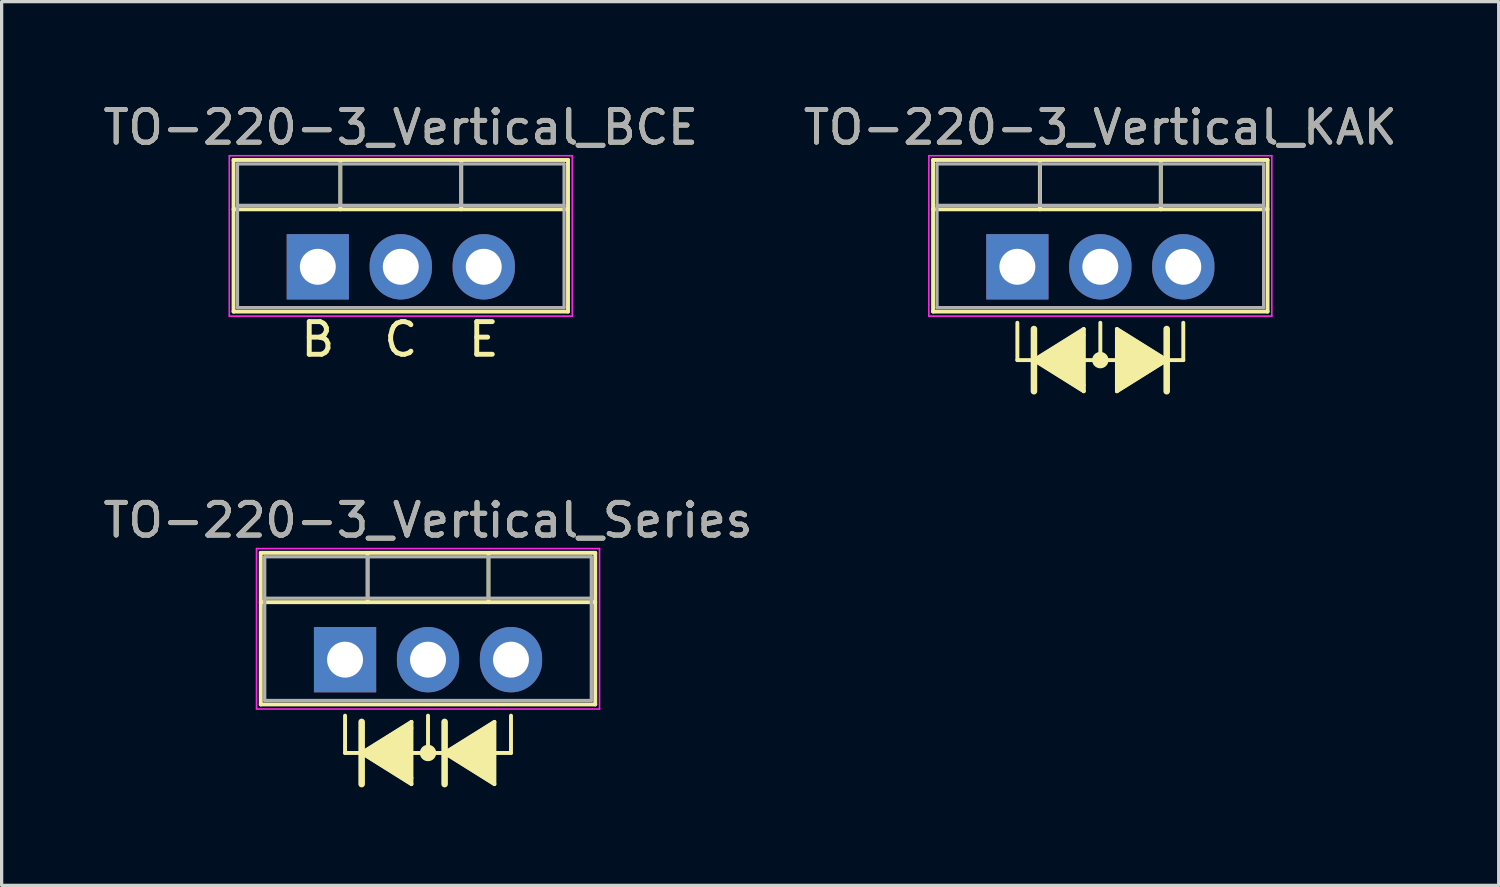
<source format=kicad_pcb>
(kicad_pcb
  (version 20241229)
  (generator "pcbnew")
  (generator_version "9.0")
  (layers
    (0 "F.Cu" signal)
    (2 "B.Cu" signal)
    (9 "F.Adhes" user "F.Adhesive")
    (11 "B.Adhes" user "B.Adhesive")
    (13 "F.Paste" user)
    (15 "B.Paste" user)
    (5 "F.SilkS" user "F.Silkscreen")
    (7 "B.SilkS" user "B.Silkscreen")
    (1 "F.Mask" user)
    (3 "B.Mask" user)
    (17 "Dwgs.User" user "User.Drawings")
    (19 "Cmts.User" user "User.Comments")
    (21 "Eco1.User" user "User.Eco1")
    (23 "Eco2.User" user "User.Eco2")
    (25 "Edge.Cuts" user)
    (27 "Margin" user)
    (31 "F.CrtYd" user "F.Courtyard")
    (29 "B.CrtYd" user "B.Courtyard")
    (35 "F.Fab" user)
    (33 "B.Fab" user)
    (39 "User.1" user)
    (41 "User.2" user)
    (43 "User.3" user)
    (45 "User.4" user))
  (footprint "TO-220-3_Vertical_Series"
    (layer "F.Cu")
    (at 7.514 17.146)
    (property "Reference" "TO-220-3_Vertical_Series" (at 2.54 -4.27 0) (layer "F.SilkS") (effects (font (size 1 1) (thickness 0.15))))
    (attr through_hole)
    (fp_line (start -2.58 -3.27) (end -2.58 1.371) (stroke (width 0.12) (type solid)) (layer "F.SilkS"))
    (fp_line (start -2.58 -3.27) (end 7.66 -3.27) (stroke (width 0.12) (type solid)) (layer "F.SilkS"))
    (fp_line (start -2.58 -1.76) (end 7.66 -1.76) (stroke (width 0.12) (type solid)) (layer "F.SilkS"))
    (fp_line (start -2.58 1.371) (end 7.66 1.371) (stroke (width 0.12) (type solid)) (layer "F.SilkS"))
    (fp_line (start 0 1.714) (end 0 2.857) (stroke (width 0.12) (type solid)) (layer "F.SilkS"))
    (fp_line (start 0 2.857) (end 0.508 2.857) (stroke (width 0.12) (type solid)) (layer "F.SilkS"))
    (fp_line (start 0.508 1.905) (end 0.508 3.81) (stroke (width 0.2) (type solid)) (layer "F.SilkS"))
    (fp_line (start 0.508 2.857) (end 2.032 1.905) (stroke (width 0.12) (type solid)) (layer "F.SilkS"))
    (fp_line (start 0.508 2.857) (end 2.032 3.81) (stroke (width 0.12) (type solid)) (layer "F.SilkS"))
    (fp_line (start 0.69 -3.27) (end 0.69 -1.76) (stroke (width 0.12) (type solid)) (layer "F.SilkS"))
    (fp_line (start 2.032 2.095) (end 2.032 1.905) (stroke (width 0.12) (type solid)) (layer "F.SilkS"))
    (fp_line (start 2.032 3.619) (end 2.032 2.095) (stroke (width 0.12) (type solid)) (layer "F.SilkS"))
    (fp_line (start 2.032 3.619) (end 2.032 3.81) (stroke (width 0.12) (type solid)) (layer "F.SilkS"))
    (fp_line (start 2.54 1.714) (end 2.54 2.857) (stroke (width 0.12) (type solid)) (layer "F.SilkS"))
    (fp_line (start 2.54 2.857) (end 2.032 2.857) (stroke (width 0.12) (type solid)) (layer "F.SilkS"))
    (fp_line (start 2.54 2.857) (end 3.048 2.857) (stroke (width 0.12) (type solid)) (layer "F.SilkS"))
    (fp_line (start 3.048 1.905) (end 3.048 3.81) (stroke (width 0.2) (type solid)) (layer "F.SilkS"))
    (fp_line (start 3.048 2.857) (end 4.572 3.81) (stroke (width 0.12) (type solid)) (layer "F.SilkS"))
    (fp_line (start 4.391 -3.27) (end 4.391 -1.76) (stroke (width 0.12) (type solid)) (layer "F.SilkS"))
    (fp_line (start 4.572 1.905) (end 3.048 2.857) (stroke (width 0.12) (type solid)) (layer "F.SilkS"))
    (fp_line (start 4.572 3.81) (end 4.572 1.905) (stroke (width 0.12) (type solid)) (layer "F.SilkS"))
    (fp_line (start 5.08 1.714) (end 5.08 2.857) (stroke (width 0.12) (type solid)) (layer "F.SilkS"))
    (fp_line (start 5.08 2.857) (end 4.572 2.857) (stroke (width 0.12) (type solid)) (layer "F.SilkS"))
    (fp_line (start 7.66 -3.27) (end 7.66 1.371) (stroke (width 0.12) (type solid)) (layer "F.SilkS"))
    (fp_circle (center 2.54 2.857) (end 2.54 2.921) (stroke (width 0.12) (type solid)) (fill no) (layer "F.SilkS"))
    (fp_circle (center 2.54 2.857) (end 2.54 2.985) (stroke (width 0.12) (type solid)) (fill no) (layer "F.SilkS"))
    (fp_circle (center 2.54 2.857) (end 2.54 3.048) (stroke (width 0.12) (type solid)) (fill no) (layer "F.SilkS"))
    (fp_poly (pts (xy 0.508 2.857) (xy 2.032 1.905) (xy 2.032 3.81)) (stroke (width 0.1) (type solid)) (fill yes) (layer "F.SilkS"))
    (fp_poly (pts (xy 4.572 3.81) (xy 3.048 2.857) (xy 4.572 1.905)) (stroke (width 0.1) (type solid)) (fill yes) (layer "F.SilkS"))
    (fp_line (start -2.71 -3.4) (end -2.71 1.51) (stroke (width 0.05) (type solid)) (layer "F.CrtYd"))
    (fp_line (start -2.71 1.51) (end 7.79 1.51) (stroke (width 0.05) (type solid)) (layer "F.CrtYd"))
    (fp_line (start 7.79 -3.4) (end -2.71 -3.4) (stroke (width 0.05) (type solid)) (layer "F.CrtYd"))
    (fp_line (start 7.79 1.51) (end 7.79 -3.4) (stroke (width 0.05) (type solid)) (layer "F.CrtYd"))
    (fp_line (start -2.46 -3.15) (end -2.46 1.25) (stroke (width 0.1) (type solid)) (layer "F.Fab"))
    (fp_line (start -2.46 -1.88) (end 7.54 -1.88) (stroke (width 0.1) (type solid)) (layer "F.Fab"))
    (fp_line (start -2.46 1.25) (end 7.54 1.25) (stroke (width 0.1) (type solid)) (layer "F.Fab"))
    (fp_line (start 0.69 -3.15) (end 0.69 -1.88) (stroke (width 0.1) (type solid)) (layer "F.Fab"))
    (fp_line (start 4.39 -3.15) (end 4.39 -1.88) (stroke (width 0.1) (type solid)) (layer "F.Fab"))
    (fp_line (start 7.54 -3.15) (end -2.46 -3.15) (stroke (width 0.1) (type solid)) (layer "F.Fab"))
    (fp_line (start 7.54 1.25) (end 7.54 -3.15) (stroke (width 0.1) (type solid)) (layer "F.Fab"))
    (fp_text user "${REFERENCE}" (at 2.54 -4.27 0) (layer "F.Fab") (effects (font (size 1 1) (thickness 0.15))))
    (pad "1" thru_hole rect (at 0 0) (size 1.905 2) (drill 1.1) (layers "*.Cu" "*.Mask"))
    (pad "2" thru_hole oval (at 2.54 0) (size 1.905 2) (drill 1.1) (layers "*.Cu" "*.Mask"))
    (pad "3" thru_hole oval (at 5.08 0) (size 1.905 2) (drill 1.1) (layers "*.Cu" "*.Mask")))
  (footprint "TO-220-3_Vertical_KAK"
    (layer "F.Cu")
    (at 28.097 5.118)
    (property "Reference" "TO-220-3_Vertical_KAK" (at 2.54 -4.27 0) (layer "F.SilkS") (effects (font (size 1 1) (thickness 0.15))))
    (attr through_hole)
    (fp_line (start -2.58 -3.27) (end -2.58 1.371) (stroke (width 0.12) (type solid)) (layer "F.SilkS"))
    (fp_line (start -2.58 -3.27) (end 7.66 -3.27) (stroke (width 0.12) (type solid)) (layer "F.SilkS"))
    (fp_line (start -2.58 -1.76) (end 7.66 -1.76) (stroke (width 0.12) (type solid)) (layer "F.SilkS"))
    (fp_line (start -2.58 1.371) (end 7.66 1.371) (stroke (width 0.12) (type solid)) (layer "F.SilkS"))
    (fp_line (start 0 1.714) (end 0 2.857) (stroke (width 0.12) (type solid)) (layer "F.SilkS"))
    (fp_line (start 0 2.857) (end 0.508 2.857) (stroke (width 0.12) (type solid)) (layer "F.SilkS"))
    (fp_line (start 0.508 1.905) (end 0.508 3.81) (stroke (width 0.2) (type solid)) (layer "F.SilkS"))
    (fp_line (start 0.508 2.857) (end 2.032 1.905) (stroke (width 0.12) (type solid)) (layer "F.SilkS"))
    (fp_line (start 0.508 2.857) (end 2.032 3.81) (stroke (width 0.12) (type solid)) (layer "F.SilkS"))
    (fp_line (start 0.69 -3.27) (end 0.69 -1.76) (stroke (width 0.12) (type solid)) (layer "F.SilkS"))
    (fp_line (start 2.032 2.095) (end 2.032 1.905) (stroke (width 0.12) (type solid)) (layer "F.SilkS"))
    (fp_line (start 2.032 3.619) (end 2.032 2.095) (stroke (width 0.12) (type solid)) (layer "F.SilkS"))
    (fp_line (start 2.032 3.619) (end 2.032 3.81) (stroke (width 0.12) (type solid)) (layer "F.SilkS"))
    (fp_line (start 2.54 1.714) (end 2.54 2.857) (stroke (width 0.12) (type solid)) (layer "F.SilkS"))
    (fp_line (start 2.54 2.857) (end 2.032 2.857) (stroke (width 0.12) (type solid)) (layer "F.SilkS"))
    (fp_line (start 2.54 2.857) (end 3.048 2.857) (stroke (width 0.12) (type solid)) (layer "F.SilkS"))
    (fp_line (start 3.048 1.905) (end 3.048 3.81) (stroke (width 0.12) (type solid)) (layer "F.SilkS"))
    (fp_line (start 3.048 3.81) (end 4.572 2.857) (stroke (width 0.12) (type solid)) (layer "F.SilkS"))
    (fp_line (start 4.391 -3.27) (end 4.391 -1.76) (stroke (width 0.12) (type solid)) (layer "F.SilkS"))
    (fp_line (start 4.572 2.857) (end 3.048 1.905) (stroke (width 0.12) (type solid)) (layer "F.SilkS"))
    (fp_line (start 4.572 3.81) (end 4.572 1.905) (stroke (width 0.2) (type solid)) (layer "F.SilkS"))
    (fp_line (start 5.08 1.714) (end 5.08 2.857) (stroke (width 0.12) (type solid)) (layer "F.SilkS"))
    (fp_line (start 5.08 2.857) (end 4.572 2.857) (stroke (width 0.12) (type solid)) (layer "F.SilkS"))
    (fp_line (start 7.66 -3.27) (end 7.66 1.371) (stroke (width 0.12) (type solid)) (layer "F.SilkS"))
    (fp_circle (center 2.54 2.857) (end 2.54 2.921) (stroke (width 0.12) (type solid)) (fill no) (layer "F.SilkS"))
    (fp_circle (center 2.54 2.857) (end 2.54 2.985) (stroke (width 0.12) (type solid)) (fill no) (layer "F.SilkS"))
    (fp_circle (center 2.54 2.857) (end 2.54 3.048) (stroke (width 0.12) (type solid)) (fill no) (layer "F.SilkS"))
    (fp_poly (pts (xy 0.508 2.857) (xy 2.032 1.905) (xy 2.032 3.81)) (stroke (width 0.1) (type solid)) (fill yes) (layer "F.SilkS"))
    (fp_poly (pts (xy 3.048 1.905) (xy 4.572 2.857) (xy 3.048 3.81)) (stroke (width 0.1) (type solid)) (fill yes) (layer "F.SilkS"))
    (fp_line (start -2.71 -3.4) (end -2.71 1.51) (stroke (width 0.05) (type solid)) (layer "F.CrtYd"))
    (fp_line (start -2.71 1.51) (end 7.79 1.51) (stroke (width 0.05) (type solid)) (layer "F.CrtYd"))
    (fp_line (start 7.79 -3.4) (end -2.71 -3.4) (stroke (width 0.05) (type solid)) (layer "F.CrtYd"))
    (fp_line (start 7.79 1.51) (end 7.79 -3.4) (stroke (width 0.05) (type solid)) (layer "F.CrtYd"))
    (fp_line (start -2.46 -3.15) (end -2.46 1.25) (stroke (width 0.1) (type solid)) (layer "F.Fab"))
    (fp_line (start -2.46 -1.88) (end 7.54 -1.88) (stroke (width 0.1) (type solid)) (layer "F.Fab"))
    (fp_line (start -2.46 1.25) (end 7.54 1.25) (stroke (width 0.1) (type solid)) (layer "F.Fab"))
    (fp_line (start 0.69 -3.15) (end 0.69 -1.88) (stroke (width 0.1) (type solid)) (layer "F.Fab"))
    (fp_line (start 4.39 -3.15) (end 4.39 -1.88) (stroke (width 0.1) (type solid)) (layer "F.Fab"))
    (fp_line (start 7.54 -3.15) (end -2.46 -3.15) (stroke (width 0.1) (type solid)) (layer "F.Fab"))
    (fp_line (start 7.54 1.25) (end 7.54 -3.15) (stroke (width 0.1) (type solid)) (layer "F.Fab"))
    (fp_text user "${REFERENCE}" (at 2.54 -4.27 0) (layer "F.Fab") (effects (font (size 1 1) (thickness 0.15))))
    (pad "1" thru_hole rect (at 0 0) (size 1.905 2) (drill 1.1) (layers "*.Cu" "*.Mask"))
    (pad "2" thru_hole oval (at 2.54 0) (size 1.905 2) (drill 1.1) (layers "*.Cu" "*.Mask"))
    (pad "3" thru_hole oval (at 5.08 0) (size 1.905 2) (drill 1.1) (layers "*.Cu" "*.Mask")))
  (footprint "TO-220-3_Vertical_BCE"
    (layer "F.Cu")
    (at 6.68 5.118)
    (property "Reference" "TO-220-3_Vertical_BCE" (at 2.54 -4.27 0) (layer "F.SilkS") (effects (font (size 1 1) (thickness 0.15))))
    (fp_line (start -2.58 -3.27) (end -2.58 1.371) (stroke (width 0.12) (type solid)) (layer "F.SilkS"))
    (fp_line (start -2.58 -3.27) (end 7.66 -3.27) (stroke (width 0.12) (type solid)) (layer "F.SilkS"))
    (fp_line (start -2.58 -1.76) (end 7.66 -1.76) (stroke (width 0.12) (type solid)) (layer "F.SilkS"))
    (fp_line (start -2.58 1.371) (end 7.66 1.371) (stroke (width 0.12) (type solid)) (layer "F.SilkS"))
    (fp_line (start 0.69 -3.27) (end 0.69 -1.76) (stroke (width 0.12) (type solid)) (layer "F.SilkS"))
    (fp_line (start 4.391 -3.27) (end 4.391 -1.76) (stroke (width 0.12) (type solid)) (layer "F.SilkS"))
    (fp_line (start 7.66 -3.27) (end 7.66 1.371) (stroke (width 0.12) (type solid)) (layer "F.SilkS"))
    (fp_line (start -2.71 -3.4) (end -2.71 1.51) (stroke (width 0.05) (type solid)) (layer "F.CrtYd"))
    (fp_line (start -2.71 1.51) (end 7.79 1.51) (stroke (width 0.05) (type solid)) (layer "F.CrtYd"))
    (fp_line (start 7.79 -3.4) (end -2.71 -3.4) (stroke (width 0.05) (type solid)) (layer "F.CrtYd"))
    (fp_line (start 7.79 1.51) (end 7.79 -3.4) (stroke (width 0.05) (type solid)) (layer "F.CrtYd"))
    (fp_line (start -2.46 -3.15) (end -2.46 1.25) (stroke (width 0.1) (type solid)) (layer "F.Fab"))
    (fp_line (start -2.46 -1.88) (end 7.54 -1.88) (stroke (width 0.1) (type solid)) (layer "F.Fab"))
    (fp_line (start -2.46 1.25) (end 7.54 1.25) (stroke (width 0.1) (type solid)) (layer "F.Fab"))
    (fp_line (start 0.69 -3.15) (end 0.69 -1.88) (stroke (width 0.1) (type solid)) (layer "F.Fab"))
    (fp_line (start 4.39 -3.15) (end 4.39 -1.88) (stroke (width 0.1) (type solid)) (layer "F.Fab"))
    (fp_line (start 7.54 -3.15) (end -2.46 -3.15) (stroke (width 0.1) (type solid)) (layer "F.Fab"))
    (fp_line (start 7.54 1.25) (end 7.54 -3.15) (stroke (width 0.1) (type solid)) (layer "F.Fab"))
    (fp_text user "C" (at 2.54 2.223 0) (unlocked yes) (layer "F.SilkS") (effects (font (size 1 1) (thickness 0.15))))
    (fp_text user "E" (at 5.08 2.223 0) (unlocked yes) (layer "F.SilkS") (effects (font (size 1 1) (thickness 0.15))))
    (fp_text user "B" (at 0 2.223 0) (unlocked yes) (layer "F.SilkS") (effects (font (size 1 1) (thickness 0.15))))
    (fp_text user "${REFERENCE}" (at 2.54 -4.27 0) (layer "F.Fab") (effects (font (size 1 1) (thickness 0.15))))
    (pad "1" thru_hole rect (at 0 0) (size 1.905 2) (drill 1.1) (layers "*.Cu" "*.Mask"))
    (pad "2" thru_hole oval (at 2.54 0) (size 1.905 2) (drill 1.1) (layers "*.Cu" "*.Mask"))
    (pad "3" thru_hole oval (at 5.08 0) (size 1.905 2) (drill 1.1) (layers "*.Cu" "*.Mask")))
  (gr_rect
    (start -3 -3)
    (end 42.833 24.056)
    (stroke (width 0.1) (type default))
    (fill no)
    (layer "Edge.Cuts")))
</source>
